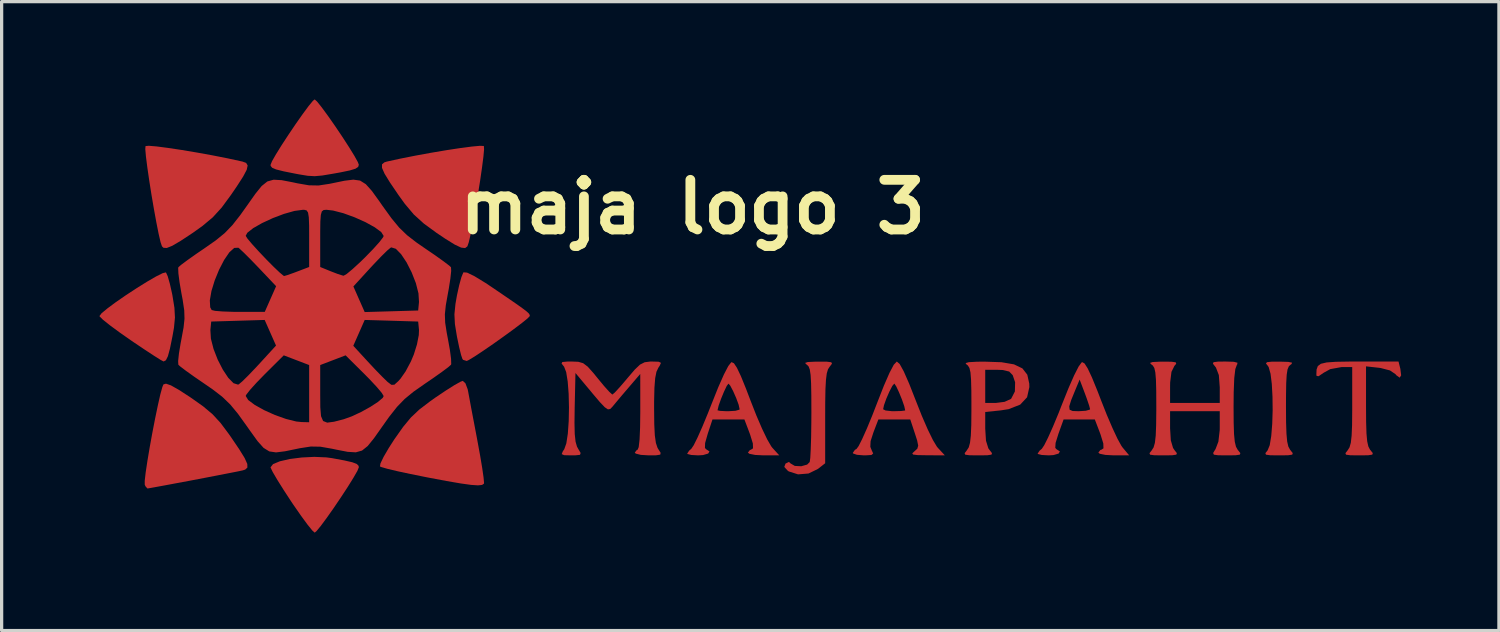
<source format=kicad_pcb>
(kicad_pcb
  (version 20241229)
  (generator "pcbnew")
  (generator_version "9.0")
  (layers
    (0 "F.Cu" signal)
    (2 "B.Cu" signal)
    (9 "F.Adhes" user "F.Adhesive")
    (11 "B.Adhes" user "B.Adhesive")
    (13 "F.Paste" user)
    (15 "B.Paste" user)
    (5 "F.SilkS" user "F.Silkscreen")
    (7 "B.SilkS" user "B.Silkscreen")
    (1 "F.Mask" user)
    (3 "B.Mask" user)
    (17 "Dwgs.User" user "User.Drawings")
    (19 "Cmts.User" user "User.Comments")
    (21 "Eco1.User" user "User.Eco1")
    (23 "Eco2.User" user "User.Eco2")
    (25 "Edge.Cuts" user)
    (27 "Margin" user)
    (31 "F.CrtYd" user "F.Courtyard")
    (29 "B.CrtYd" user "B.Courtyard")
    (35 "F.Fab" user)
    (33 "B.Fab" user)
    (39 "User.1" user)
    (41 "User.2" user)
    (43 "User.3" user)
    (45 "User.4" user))
  (footprint "maja logo 3"
    (layer "F.Cu")
    (at 19.983 6.604)
    (property "Reference" "maja logo 3" (at -1.778 -3.302 0) (layer "F.SilkS") (effects (font (size 1.524 1.524) (thickness 0.3))))
    (attr board_only exclude_from_pos_files exclude_from_bom)
    (fp_poly (pts (xy -13.019 4.38) (xy -12.848 4.403) (xy -12.466 4.474) (xy -12.222 4.53) (xy -12.086 4.582) (xy -12.03 4.639) (xy -12.023 4.684) (xy -12.068 4.795) (xy -12.189 5.006) (xy -12.364 5.288) (xy -12.574 5.608) (xy -12.795 5.935) (xy -13.008 6.237) (xy -13.191 6.484) (xy -13.323 6.644) (xy -13.377 6.689) (xy -13.452 6.622) (xy -13.6 6.439) (xy -13.8 6.166) (xy -14.034 5.829) (xy -14.096 5.737) (xy -14.33 5.379) (xy -14.525 5.068) (xy -14.664 4.831) (xy -14.729 4.697) (xy -14.732 4.684) (xy -14.654 4.585) (xy -14.443 4.499) (xy -14.137 4.429) (xy -13.773 4.383) (xy -13.388 4.364)) (stroke (width 0) (type solid)) (fill yes) (layer "F.Cu"))
    (fp_poly (pts (xy -17.94 -1.294) (xy -17.887 -1.178) (xy -17.82 -0.943) (xy -17.751 -0.635) (xy -17.742 -0.587) (xy -17.681 -0.211) (xy -17.665 0.09) (xy -17.695 0.404) (xy -17.74 0.658) (xy -17.817 1.037) (xy -17.881 1.275) (xy -17.942 1.399) (xy -18.008 1.435) (xy -18.018 1.435) (xy -18.106 1.388) (xy -18.305 1.263) (xy -18.59 1.076) (xy -18.931 0.847) (xy -19.029 0.78) (xy -19.377 0.536) (xy -19.668 0.321) (xy -19.877 0.154) (xy -19.976 0.055) (xy -19.981 0.042) (xy -19.915 -0.044) (xy -19.736 -0.192) (xy -19.477 -0.384) (xy -19.167 -0.598) (xy -18.837 -0.814) (xy -18.519 -1.012) (xy -18.243 -1.172) (xy -18.04 -1.273) (xy -17.942 -1.296)) (stroke (width 0) (type solid)) (fill yes) (layer "F.Cu"))
    (fp_poly (pts (xy -13.303 -6.537) (xy -13.16 -6.358) (xy -12.969 -6.098) (xy -12.753 -5.789) (xy -12.532 -5.461) (xy -12.328 -5.146) (xy -12.161 -4.875) (xy -12.053 -4.68) (xy -12.023 -4.599) (xy -12.043 -4.533) (xy -12.125 -4.478) (xy -12.298 -4.425) (xy -12.592 -4.364) (xy -12.821 -4.323) (xy -13.144 -4.269) (xy -13.375 -4.248) (xy -13.59 -4.26) (xy -13.865 -4.305) (xy -13.97 -4.325) (xy -14.334 -4.398) (xy -14.561 -4.455) (xy -14.682 -4.506) (xy -14.728 -4.563) (xy -14.732 -4.595) (xy -14.687 -4.707) (xy -14.566 -4.919) (xy -14.391 -5.201) (xy -14.181 -5.522) (xy -13.96 -5.849) (xy -13.747 -6.152) (xy -13.564 -6.4) (xy -13.432 -6.56) (xy -13.377 -6.604)) (stroke (width 0) (type solid)) (fill yes) (layer "F.Cu"))
    (fp_poly (pts (xy -18.227 -5.161) (xy -17.883 -5.116) (xy -17.463 -5.053) (xy -16.998 -4.975) (xy -16.517 -4.888) (xy -16.05 -4.796) (xy -15.628 -4.704) (xy -15.591 -4.696) (xy -15.479 -4.653) (xy -15.434 -4.576) (xy -15.463 -4.444) (xy -15.574 -4.234) (xy -15.774 -3.924) (xy -15.948 -3.67) (xy -16.233 -3.283) (xy -16.504 -2.986) (xy -16.822 -2.72) (xy -17.124 -2.505) (xy -17.492 -2.262) (xy -17.748 -2.112) (xy -17.916 -2.045) (xy -18.017 -2.051) (xy -18.063 -2.095) (xy -18.107 -2.225) (xy -18.166 -2.481) (xy -18.236 -2.832) (xy -18.311 -3.244) (xy -18.386 -3.684) (xy -18.455 -4.121) (xy -18.513 -4.52) (xy -18.555 -4.851) (xy -18.575 -5.079) (xy -18.568 -5.172) (xy -18.466 -5.181)) (stroke (width 0) (type solid)) (fill yes) (layer "F.Cu"))
    (fp_poly (pts (xy -8.703 -1.29) (xy -8.474 -1.179) (xy -8.135 -0.972) (xy -7.942 -0.843) (xy -7.514 -0.552) (xy -7.207 -0.341) (xy -7 -0.194) (xy -6.873 -0.097) (xy -6.807 -0.036) (xy -6.781 0.007) (xy -6.776 0.042) (xy -6.841 0.112) (xy -7.015 0.253) (xy -7.269 0.445) (xy -7.571 0.665) (xy -7.89 0.892) (xy -8.197 1.103) (xy -8.459 1.277) (xy -8.647 1.391) (xy -8.712 1.422) (xy -8.822 1.388) (xy -8.844 1.361) (xy -8.885 1.24) (xy -8.944 1.001) (xy -9.008 0.694) (xy -9.015 0.658) (xy -9.075 0.289) (xy -9.09 -0.011) (xy -9.058 -0.328) (xy -9.013 -0.587) (xy -8.944 -0.902) (xy -8.875 -1.152) (xy -8.818 -1.29) (xy -8.811 -1.298)) (stroke (width 0) (type solid)) (fill yes) (layer "F.Cu"))
    (fp_poly (pts (xy -8.19 -5.175) (xy -8.186 -5.172) (xy -8.18 -5.073) (xy -8.201 -4.841) (xy -8.244 -4.507) (xy -8.302 -4.106) (xy -8.372 -3.669) (xy -8.446 -3.229) (xy -8.521 -2.818) (xy -8.591 -2.471) (xy -8.65 -2.218) (xy -8.692 -2.095) (xy -8.762 -2.042) (xy -8.885 -2.057) (xy -9.082 -2.15) (xy -9.375 -2.332) (xy -9.637 -2.508) (xy -10.032 -2.797) (xy -10.336 -3.073) (xy -10.611 -3.399) (xy -10.808 -3.672) (xy -11.068 -4.055) (xy -11.233 -4.324) (xy -11.312 -4.502) (xy -11.312 -4.611) (xy -11.24 -4.672) (xy -11.164 -4.696) (xy -10.748 -4.787) (xy -10.284 -4.879) (xy -9.803 -4.967) (xy -9.335 -5.046) (xy -8.909 -5.111) (xy -8.556 -5.157) (xy -8.307 -5.18)) (stroke (width 0) (type solid)) (fill yes) (layer "F.Cu"))
    (fp_poly (pts (xy -17.787 2.171) (xy -17.54 2.311) (xy -17.187 2.54) (xy -16.802 2.812) (xy -16.512 3.056) (xy -16.265 3.324) (xy -16.008 3.668) (xy -15.955 3.744) (xy -15.694 4.129) (xy -15.526 4.401) (xy -15.445 4.582) (xy -15.442 4.692) (xy -15.51 4.755) (xy -15.591 4.78) (xy -15.736 4.811) (xy -16.002 4.863) (xy -16.356 4.932) (xy -16.765 5.011) (xy -17.195 5.093) (xy -17.614 5.171) (xy -17.987 5.241) (xy -18.283 5.295) (xy -18.466 5.328) (xy -18.51 5.334) (xy -18.569 5.268) (xy -18.592 5.218) (xy -18.592 5.095) (xy -18.563 4.841) (xy -18.51 4.489) (xy -18.44 4.073) (xy -18.359 3.627) (xy -18.273 3.185) (xy -18.189 2.781) (xy -18.114 2.449) (xy -18.052 2.223) (xy -18.018 2.141) (xy -17.94 2.118)) (stroke (width 0) (type solid)) (fill yes) (layer "F.Cu"))
    (fp_poly (pts (xy -8.752 2.107) (xy -8.683 2.291) (xy -8.671 2.349) (xy -8.634 2.547) (xy -8.574 2.871) (xy -8.496 3.281) (xy -8.409 3.738) (xy -8.38 3.895) (xy -8.3 4.331) (xy -8.237 4.708) (xy -8.196 4.995) (xy -8.181 5.16) (xy -8.184 5.186) (xy -8.242 5.225) (xy -8.367 5.238) (xy -8.578 5.224) (xy -8.895 5.18) (xy -9.336 5.104) (xy -9.922 4.994) (xy -9.991 4.98) (xy -10.444 4.889) (xy -10.839 4.804) (xy -11.145 4.731) (xy -11.332 4.677) (xy -11.375 4.658) (xy -11.359 4.564) (xy -11.263 4.364) (xy -11.102 4.088) (xy -10.934 3.827) (xy -10.664 3.444) (xy -10.426 3.157) (xy -10.167 2.912) (xy -9.834 2.658) (xy -9.679 2.548) (xy -9.364 2.336) (xy -9.095 2.166) (xy -8.904 2.059) (xy -8.833 2.032)) (stroke (width 0) (type solid)) (fill yes) (layer "F.Cu"))
    (fp_poly (pts (xy 16.496 1.45) (xy 16.612 1.474) (xy 16.595 1.517) (xy 16.573 1.531) (xy 16.514 1.583) (xy 16.473 1.679) (xy 16.447 1.844) (xy 16.432 2.107) (xy 16.426 2.495) (xy 16.425 2.813) (xy 16.428 3.305) (xy 16.44 3.656) (xy 16.462 3.895) (xy 16.498 4.049) (xy 16.552 4.147) (xy 16.565 4.163) (xy 16.633 4.25) (xy 16.617 4.296) (xy 16.489 4.315) (xy 16.221 4.318) (xy 16.214 4.318) (xy 15.942 4.315) (xy 15.811 4.297) (xy 15.793 4.251) (xy 15.86 4.166) (xy 15.862 4.163) (xy 15.926 4.007) (xy 15.973 3.724) (xy 16.003 3.354) (xy 16.016 2.938) (xy 16.011 2.516) (xy 15.99 2.127) (xy 15.951 1.812) (xy 15.894 1.61) (xy 15.869 1.572) (xy 15.81 1.498) (xy 15.842 1.459) (xy 15.992 1.443) (xy 16.229 1.442)) (stroke (width 0) (type solid)) (fill yes) (layer "F.Cu"))
    (fp_poly (pts (xy 2.341 1.444) (xy 2.474 1.461) (xy 2.495 1.505) (xy 2.432 1.588) (xy 2.426 1.594) (xy 2.373 1.676) (xy 2.335 1.803) (xy 2.31 2.002) (xy 2.294 2.297) (xy 2.287 2.715) (xy 2.286 3.154) (xy 2.286 4.56) (xy 2.063 4.735) (xy 1.775 4.875) (xy 1.454 4.901) (xy 1.17 4.811) (xy 1.138 4.789) (xy 1.031 4.673) (xy 1.07 4.57) (xy 1.175 4.519) (xy 1.223 4.565) (xy 1.354 4.642) (xy 1.551 4.652) (xy 1.733 4.601) (xy 1.811 4.523) (xy 1.829 4.396) (xy 1.843 4.131) (xy 1.855 3.761) (xy 1.861 3.317) (xy 1.863 3.003) (xy 1.861 2.483) (xy 1.854 2.106) (xy 1.839 1.849) (xy 1.814 1.685) (xy 1.777 1.589) (xy 1.724 1.536) (xy 1.714 1.531) (xy 1.669 1.482) (xy 1.753 1.454) (xy 1.984 1.443) (xy 2.066 1.442)) (stroke (width 0) (type solid)) (fill yes) (layer "F.Cu"))
    (fp_poly (pts (xy 19.934 1.661) (xy 19.959 1.863) (xy 19.914 1.934) (xy 19.811 1.86) (xy 19.785 1.827) (xy 19.616 1.712) (xy 19.33 1.638) (xy 19.278 1.631) (xy 18.881 1.587) (xy 18.881 2.797) (xy 18.884 3.293) (xy 18.895 3.647) (xy 18.917 3.888) (xy 18.952 4.044) (xy 19.004 4.144) (xy 19.021 4.163) (xy 19.089 4.25) (xy 19.073 4.296) (xy 18.945 4.315) (xy 18.677 4.318) (xy 18.669 4.318) (xy 18.397 4.315) (xy 18.267 4.297) (xy 18.249 4.251) (xy 18.315 4.166) (xy 18.317 4.163) (xy 18.374 4.074) (xy 18.414 3.934) (xy 18.439 3.716) (xy 18.453 3.391) (xy 18.457 2.932) (xy 18.457 2.808) (xy 18.457 1.609) (xy 18.13 1.609) (xy 17.783 1.672) (xy 17.58 1.784) (xy 17.427 1.889) (xy 17.364 1.881) (xy 17.357 1.833) (xy 17.364 1.684) (xy 17.402 1.578) (xy 17.496 1.508) (xy 17.671 1.467) (xy 17.951 1.447) (xy 18.361 1.44) (xy 18.669 1.439) (xy 19.878 1.439)) (stroke (width 0) (type solid)) (fill yes) (layer "F.Cu"))
    (fp_poly (pts (xy 7.695 1.46) (xy 8.08 1.526) (xy 8.338 1.65) (xy 8.488 1.843) (xy 8.548 2.116) (xy 8.551 2.223) (xy 8.481 2.536) (xy 8.27 2.761) (xy 7.915 2.9) (xy 7.673 2.938) (xy 7.197 2.987) (xy 7.197 3.498) (xy 7.22 3.868) (xy 7.293 4.103) (xy 7.337 4.163) (xy 7.405 4.25) (xy 7.389 4.296) (xy 7.261 4.315) (xy 6.993 4.318) (xy 6.985 4.318) (xy 6.713 4.315) (xy 6.583 4.297) (xy 6.565 4.251) (xy 6.631 4.166) (xy 6.633 4.163) (xy 6.691 4.073) (xy 6.73 3.933) (xy 6.755 3.715) (xy 6.769 3.39) (xy 6.773 2.929) (xy 6.773 2.813) (xy 6.773 2.709) (xy 7.197 2.709) (xy 7.529 2.709) (xy 7.791 2.675) (xy 7.982 2.588) (xy 7.995 2.576) (xy 8.107 2.357) (xy 8.114 2.075) (xy 8.04 1.857) (xy 7.932 1.746) (xy 7.732 1.699) (xy 7.575 1.693) (xy 7.197 1.693) (xy 7.197 2.709) (xy 6.773 2.709) (xy 6.771 2.333) (xy 6.762 1.995) (xy 6.744 1.772) (xy 6.712 1.636) (xy 6.664 1.56) (xy 6.625 1.531) (xy 6.594 1.487) (xy 6.693 1.459) (xy 6.936 1.445) (xy 7.163 1.442)) (stroke (width 0) (type solid)) (fill yes) (layer "F.Cu"))
    (fp_poly (pts (xy 10.243 1.497) (xy 10.341 1.65) (xy 10.472 1.929) (xy 10.643 2.348) (xy 10.753 2.634) (xy 10.928 3.076) (xy 11.101 3.479) (xy 11.255 3.808) (xy 11.376 4.027) (xy 11.411 4.076) (xy 11.614 4.318) (xy 11.141 4.318) (xy 10.884 4.304) (xy 10.712 4.269) (xy 10.668 4.233) (xy 10.732 4.151) (xy 10.753 4.149) (xy 10.825 4.103) (xy 10.82 3.953) (xy 10.736 3.68) (xy 10.699 3.58) (xy 10.56 3.217) (xy 9.601 3.217) (xy 9.443 3.657) (xy 9.356 3.936) (xy 9.346 4.088) (xy 9.384 4.13) (xy 9.488 4.197) (xy 9.449 4.263) (xy 9.291 4.309) (xy 9.144 4.318) (xy 8.932 4.306) (xy 8.814 4.276) (xy 8.805 4.264) (xy 8.865 4.175) (xy 8.934 4.116) (xy 9.007 4.007) (xy 9.126 3.77) (xy 9.277 3.432) (xy 9.447 3.023) (xy 9.528 2.815) (xy 9.774 2.815) (xy 9.787 2.918) (xy 9.879 2.957) (xy 10.056 2.963) (xy 10.07 2.963) (xy 10.284 2.949) (xy 10.404 2.915) (xy 10.414 2.9) (xy 10.386 2.791) (xy 10.314 2.579) (xy 10.254 2.415) (xy 10.094 1.993) (xy 9.968 2.295) (xy 9.836 2.618) (xy 9.774 2.815) (xy 9.528 2.815) (xy 9.553 2.752) (xy 9.753 2.254) (xy 9.925 1.863) (xy 10.062 1.594) (xy 10.155 1.466) (xy 10.171 1.457)) (stroke (width 0) (type solid)) (fill yes) (layer "F.Cu"))
    (fp_poly (pts (xy 4.572 1.515) (xy 4.697 1.741) (xy 4.865 2.124) (xy 5.07 2.646) (xy 5.253 3.108) (xy 5.431 3.518) (xy 5.59 3.844) (xy 5.714 4.051) (xy 5.742 4.085) (xy 5.958 4.318) (xy 5.413 4.315) (xy 5.126 4.31) (xy 4.983 4.293) (xy 4.959 4.256) (xy 5.025 4.194) (xy 5.113 4.114) (xy 5.14 4.02) (xy 5.108 3.86) (xy 5.039 3.646) (xy 4.897 3.217) (xy 3.918 3.217) (xy 3.767 3.612) (xy 3.68 3.881) (xy 3.671 4.056) (xy 3.714 4.162) (xy 3.759 4.261) (xy 3.707 4.306) (xy 3.524 4.318) (xy 3.472 4.318) (xy 3.26 4.301) (xy 3.141 4.259) (xy 3.133 4.242) (xy 3.199 4.148) (xy 3.246 4.123) (xy 3.312 4.033) (xy 3.424 3.811) (xy 3.57 3.484) (xy 3.736 3.081) (xy 3.805 2.903) (xy 4.064 2.903) (xy 4.139 2.941) (xy 4.327 2.962) (xy 4.403 2.963) (xy 4.615 2.957) (xy 4.733 2.942) (xy 4.741 2.936) (xy 4.712 2.807) (xy 4.641 2.603) (xy 4.551 2.382) (xy 4.466 2.201) (xy 4.409 2.117) (xy 4.406 2.117) (xy 4.346 2.187) (xy 4.257 2.36) (xy 4.163 2.576) (xy 4.091 2.778) (xy 4.064 2.903) (xy 3.805 2.903) (xy 3.86 2.761) (xy 4.082 2.194) (xy 4.259 1.787) (xy 4.391 1.537) (xy 4.48 1.442) (xy 4.487 1.441)) (stroke (width 0) (type solid)) (fill yes) (layer "F.Cu"))
    (fp_poly (pts (xy -0.514 1.492) (xy -0.422 1.63) (xy -0.3 1.887) (xy -0.141 2.278) (xy -0.002 2.643) (xy 0.175 3.094) (xy 0.35 3.5) (xy 0.507 3.827) (xy 0.631 4.041) (xy 0.665 4.085) (xy 0.878 4.318) (xy 0.397 4.318) (xy 0.137 4.305) (xy -0.038 4.27) (xy -0.085 4.233) (xy -0.02 4.151) (xy 0 4.149) (xy 0.072 4.103) (xy 0.067 3.953) (xy -0.017 3.68) (xy -0.054 3.58) (xy -0.192 3.217) (xy -1.172 3.217) (xy -1.318 3.658) (xy -1.398 3.94) (xy -1.403 4.091) (xy -1.367 4.13) (xy -1.264 4.197) (xy -1.304 4.263) (xy -1.463 4.309) (xy -1.609 4.318) (xy -1.821 4.306) (xy -1.939 4.276) (xy -1.947 4.264) (xy -1.888 4.174) (xy -1.821 4.116) (xy -1.748 4.007) (xy -1.63 3.77) (xy -1.48 3.432) (xy -1.311 3.023) (xy -1.277 2.936) (xy -1.016 2.936) (xy -0.941 2.953) (xy -0.753 2.963) (xy -0.677 2.963) (xy -0.465 2.95) (xy -0.347 2.916) (xy -0.339 2.903) (xy -0.369 2.765) (xy -0.444 2.56) (xy -0.539 2.345) (xy -0.627 2.178) (xy -0.681 2.117) (xy -0.734 2.187) (xy -0.817 2.361) (xy -0.908 2.581) (xy -0.982 2.789) (xy -1.016 2.928) (xy -1.016 2.936) (xy -1.277 2.936) (xy -1.204 2.752) (xy -0.997 2.234) (xy -0.822 1.838) (xy -0.686 1.576) (xy -0.595 1.462) (xy -0.585 1.458)) (stroke (width 0) (type solid)) (fill yes) (layer "F.Cu"))
    (fp_poly (pts (xy 14.825 1.447) (xy 14.937 1.476) (xy 14.927 1.532) (xy 14.918 1.541) (xy 14.871 1.669) (xy 14.838 1.947) (xy 14.821 2.382) (xy 14.817 2.825) (xy 14.82 3.315) (xy 14.831 3.664) (xy 14.854 3.9) (xy 14.891 4.053) (xy 14.945 4.15) (xy 14.957 4.163) (xy 15.025 4.25) (xy 15.009 4.296) (xy 14.879 4.315) (xy 14.613 4.318) (xy 14.343 4.315) (xy 14.212 4.297) (xy 14.19 4.246) (xy 14.249 4.147) (xy 14.262 4.13) (xy 14.351 3.897) (xy 14.392 3.545) (xy 14.393 3.452) (xy 14.393 2.963) (xy 12.869 2.963) (xy 12.869 3.486) (xy 12.891 3.856) (xy 12.96 4.091) (xy 13.009 4.163) (xy 13.077 4.25) (xy 13.061 4.296) (xy 12.933 4.315) (xy 12.665 4.318) (xy 12.658 4.318) (xy 12.386 4.315) (xy 12.255 4.297) (xy 12.237 4.251) (xy 12.304 4.166) (xy 12.306 4.163) (xy 12.363 4.073) (xy 12.403 3.933) (xy 12.428 3.715) (xy 12.441 3.39) (xy 12.446 2.929) (xy 12.446 2.813) (xy 12.444 2.333) (xy 12.435 1.995) (xy 12.416 1.772) (xy 12.385 1.636) (xy 12.337 1.56) (xy 12.298 1.531) (xy 12.252 1.482) (xy 12.335 1.454) (xy 12.566 1.443) (xy 12.643 1.442) (xy 12.913 1.445) (xy 13.042 1.463) (xy 13.057 1.508) (xy 13.002 1.572) (xy 12.911 1.756) (xy 12.871 2.081) (xy 12.869 2.207) (xy 12.869 2.709) (xy 14.393 2.709) (xy 14.393 2.229) (xy 14.365 1.855) (xy 14.276 1.623) (xy 14.253 1.594) (xy 14.183 1.505) (xy 14.202 1.459) (xy 14.336 1.442) (xy 14.566 1.439)) (stroke (width 0) (type solid)) (fill yes) (layer "F.Cu"))
    (fp_poly (pts (xy -2.821 1.445) (xy -2.752 1.48) (xy -2.794 1.572) (xy -2.832 1.628) (xy -2.891 1.753) (xy -2.93 1.949) (xy -2.953 2.244) (xy -2.963 2.668) (xy -2.963 2.879) (xy -2.958 3.362) (xy -2.941 3.705) (xy -2.908 3.937) (xy -2.858 4.087) (xy -2.832 4.13) (xy -2.762 4.241) (xy -2.775 4.296) (xy -2.901 4.316) (xy -3.128 4.318) (xy -3.371 4.303) (xy -3.526 4.264) (xy -3.556 4.233) (xy -3.492 4.151) (xy -3.471 4.149) (xy -3.436 4.067) (xy -3.409 3.832) (xy -3.393 3.46) (xy -3.387 2.985) (xy -3.388 1.82) (xy -3.747 2.239) (xy -3.958 2.486) (xy -4.141 2.704) (xy -4.24 2.824) (xy -4.309 2.895) (xy -4.379 2.907) (xy -4.475 2.843) (xy -4.626 2.685) (xy -4.855 2.415) (xy -4.875 2.39) (xy -5.376 1.791) (xy -5.4 2.854) (xy -5.406 3.329) (xy -5.398 3.666) (xy -5.373 3.896) (xy -5.329 4.05) (xy -5.292 4.117) (xy -5.217 4.245) (xy -5.237 4.302) (xy -5.382 4.317) (xy -5.506 4.318) (xy -5.722 4.313) (xy -5.798 4.28) (xy -5.764 4.194) (xy -5.72 4.13) (xy -5.656 3.95) (xy -5.61 3.649) (xy -5.583 3.267) (xy -5.575 2.847) (xy -5.585 2.428) (xy -5.614 2.053) (xy -5.661 1.762) (xy -5.725 1.597) (xy -5.728 1.594) (xy -5.802 1.5) (xy -5.779 1.454) (xy -5.629 1.44) (xy -5.487 1.439) (xy -5.288 1.447) (xy -5.14 1.49) (xy -5 1.596) (xy -4.824 1.793) (xy -4.699 1.947) (xy -4.5 2.188) (xy -4.34 2.366) (xy -4.249 2.449) (xy -4.241 2.451) (xy -4.167 2.388) (xy -4.017 2.225) (xy -3.82 1.996) (xy -3.776 1.943) (xy -3.555 1.685) (xy -3.395 1.533) (xy -3.252 1.461) (xy -3.087 1.44) (xy -3.031 1.439)) (stroke (width 0) (type solid)) (fill yes) (layer "F.Cu"))
    (fp_poly (pts (xy -11.984 -4.113) (xy -11.809 -4.003) (xy -11.624 -3.797) (xy -11.392 -3.476) (xy -11.298 -3.34) (xy -11.021 -2.957) (xy -10.786 -2.672) (xy -10.545 -2.439) (xy -10.253 -2.213) (xy -9.988 -2.03) (xy -9.676 -1.817) (xy -9.419 -1.633) (xy -9.248 -1.503) (xy -9.195 -1.454) (xy -9.189 -1.342) (xy -9.214 -1.107) (xy -9.263 -0.793) (xy -9.288 -0.659) (xy -9.354 -0.288) (xy -9.383 -0.01) (xy -9.374 0.245) (xy -9.327 0.55) (xy -9.287 0.76) (xy -9.228 1.089) (xy -9.193 1.355) (xy -9.188 1.514) (xy -9.194 1.536) (xy -9.28 1.613) (xy -9.476 1.759) (xy -9.75 1.953) (xy -9.988 2.115) (xy -10.345 2.365) (xy -10.617 2.588) (xy -10.852 2.831) (xy -11.095 3.139) (xy -11.298 3.425) (xy -11.554 3.788) (xy -11.75 4.031) (xy -11.925 4.171) (xy -12.116 4.225) (xy -12.364 4.21) (xy -12.707 4.144) (xy -12.848 4.114) (xy -13.203 4.052) (xy -13.498 4.047) (xy -13.834 4.099) (xy -13.906 4.114) (xy -14.289 4.193) (xy -14.564 4.227) (xy -14.77 4.197) (xy -14.946 4.088) (xy -15.131 3.881) (xy -15.362 3.56) (xy -15.457 3.425) (xy -15.733 3.041) (xy -15.969 2.756) (xy -16.21 2.524) (xy -16.246 2.495) (xy -15.494 2.495) (xy -15.418 2.619) (xy -15.218 2.769) (xy -14.932 2.929) (xy -14.599 3.079) (xy -14.256 3.201) (xy -13.943 3.279) (xy -13.78 3.296) (xy -13.547 3.302) (xy -13.547 2.425) (xy -13.208 2.425) (xy -13.205 2.843) (xy -13.183 3.115) (xy -13.119 3.264) (xy -12.993 3.314) (xy -12.784 3.286) (xy -12.488 3.21) (xy -12.239 3.121) (xy -11.953 2.987) (xy -11.671 2.831) (xy -11.436 2.678) (xy -11.289 2.553) (xy -11.261 2.499) (xy -11.317 2.404) (xy -11.47 2.222) (xy -11.692 1.984) (xy -11.845 1.829) (xy -12.429 1.249) (xy -12.818 1.398) (xy -13.208 1.547) (xy -13.208 2.425) (xy -13.547 2.425) (xy -13.547 1.547) (xy -13.936 1.398) (xy -14.326 1.249) (xy -14.91 1.829) (xy -15.16 2.086) (xy -15.357 2.304) (xy -15.473 2.452) (xy -15.494 2.495) (xy -16.246 2.495) (xy -16.502 2.298) (xy -16.767 2.115) (xy -17.079 1.901) (xy -17.336 1.717) (xy -17.508 1.586) (xy -17.561 1.536) (xy -17.567 1.423) (xy -17.542 1.188) (xy -17.49 0.875) (xy -17.468 0.76) (xy -17.415 0.472) (xy -16.578 0.472) (xy -16.562 0.738) (xy -16.481 1.052) (xy -16.354 1.379) (xy -16.197 1.686) (xy -16.029 1.939) (xy -15.867 2.104) (xy -15.73 2.147) (xy -15.706 2.138) (xy -15.601 2.05) (xy -15.416 1.868) (xy -15.184 1.625) (xy -15.079 1.512) (xy -14.57 0.956) (xy -12.193 0.956) (xy -11.757 1.43) (xy -11.519 1.685) (xy -11.302 1.908) (xy -11.152 2.054) (xy -11.145 2.061) (xy -11.025 2.153) (xy -10.934 2.151) (xy -10.812 2.041) (xy -10.743 1.964) (xy -10.588 1.742) (xy -10.426 1.438) (xy -10.335 1.222) (xy -10.239 0.913) (xy -10.183 0.626) (xy -10.177 0.472) (xy -10.202 0.212) (xy -11.023 0.187) (xy -11.843 0.163) (xy -12.018 0.56) (xy -12.193 0.956) (xy -14.57 0.956) (xy -14.564 0.949) (xy -14.738 0.556) (xy -14.912 0.163) (xy -16.552 0.212) (xy -16.578 0.472) (xy -17.415 0.472) (xy -17.401 0.399) (xy -17.372 0.126) (xy -17.38 -0.131) (xy -17.426 -0.438) (xy -16.595 -0.438) (xy -16.583 -0.223) (xy -16.538 -0.141) (xy -16.434 -0.116) (xy -16.201 -0.097) (xy -15.881 -0.086) (xy -15.696 -0.085) (xy -14.909 -0.085) (xy -14.735 -0.479) (xy -14.564 -0.865) (xy -12.19 -0.865) (xy -12.017 -0.472) (xy -11.843 -0.079) (xy -11.023 -0.103) (xy -10.202 -0.127) (xy -10.177 -0.388) (xy -10.193 -0.653) (xy -10.273 -0.967) (xy -10.401 -1.294) (xy -10.557 -1.602) (xy -10.726 -1.855) (xy -10.887 -2.02) (xy -11.025 -2.063) (xy -11.049 -2.053) (xy -11.154 -1.965) (xy -11.339 -1.783) (xy -11.571 -1.54) (xy -11.676 -1.427) (xy -12.19 -0.865) (xy -14.564 -0.865) (xy -14.561 -0.873) (xy -15.09 -1.431) (xy -15.336 -1.686) (xy -15.546 -1.896) (xy -15.687 -2.028) (xy -15.719 -2.053) (xy -15.846 -2.047) (xy -15.997 -1.911) (xy -16.157 -1.676) (xy -16.311 -1.378) (xy -16.445 -1.05) (xy -16.545 -0.725) (xy -16.595 -0.438) (xy -17.426 -0.438) (xy -17.426 -0.443) (xy -17.467 -0.659) (xy -17.524 -0.993) (xy -17.559 -1.263) (xy -17.566 -1.428) (xy -17.56 -1.454) (xy -17.474 -1.529) (xy -17.278 -1.675) (xy -17.005 -1.868) (xy -16.767 -2.03) (xy -16.41 -2.28) (xy -16.241 -2.418) (xy -15.494 -2.418) (xy -15.439 -2.331) (xy -15.294 -2.159) (xy -15.091 -1.936) (xy -14.862 -1.695) (xy -14.638 -1.469) (xy -14.451 -1.291) (xy -14.334 -1.194) (xy -14.314 -1.185) (xy -14.216 -1.213) (xy -14.018 -1.283) (xy -13.909 -1.324) (xy -13.547 -1.462) (xy -13.208 -1.462) (xy -12.89 -1.332) (xy -12.669 -1.247) (xy -12.513 -1.198) (xy -12.49 -1.194) (xy -12.398 -1.246) (xy -12.219 -1.394) (xy -11.982 -1.611) (xy -11.834 -1.755) (xy -11.586 -2.01) (xy -11.392 -2.226) (xy -11.279 -2.373) (xy -11.261 -2.414) (xy -11.336 -2.534) (xy -11.536 -2.681) (xy -11.822 -2.839) (xy -12.156 -2.988) (xy -12.5 -3.113) (xy -12.814 -3.194) (xy -13.018 -3.217) (xy -13.103 -3.21) (xy -13.158 -3.167) (xy -13.189 -3.059) (xy -13.204 -2.855) (xy -13.208 -2.525) (xy -13.208 -2.34) (xy -13.208 -1.462) (xy -13.547 -1.462) (xy -13.547 -1.462) (xy -13.547 -2.34) (xy -13.548 -2.733) (xy -13.558 -2.986) (xy -13.581 -3.131) (xy -13.625 -3.198) (xy -13.697 -3.216) (xy -13.737 -3.217) (xy -13.998 -3.182) (xy -14.32 -3.091) (xy -14.664 -2.961) (xy -14.992 -2.809) (xy -15.264 -2.654) (xy -15.444 -2.512) (xy -15.494 -2.418) (xy -16.241 -2.418) (xy -16.137 -2.503) (xy -15.903 -2.746) (xy -15.66 -3.055) (xy -15.457 -3.34) (xy -15.2 -3.704) (xy -15.005 -3.946) (xy -14.83 -4.086) (xy -14.638 -4.14) (xy -14.391 -4.126) (xy -14.048 -4.06) (xy -13.906 -4.029) (xy -13.552 -3.968) (xy -13.257 -3.963) (xy -12.921 -4.014) (xy -12.848 -4.029) (xy -12.466 -4.108) (xy -12.191 -4.142)) (stroke (width 0) (type solid)) (fill yes) (layer "F.Cu"))
    (fp_poly (pts (xy -13.02 4.385) (xy -12.85 4.408) (xy -12.467 4.478) (xy -12.223 4.534) (xy -12.088 4.586) (xy -12.032 4.643) (xy -12.024 4.688) (xy -12.069 4.799) (xy -12.19 5.01) (xy -12.366 5.292) (xy -12.575 5.612) (xy -12.797 5.939) (xy -13.01 6.241) (xy -13.193 6.488) (xy -13.324 6.649) (xy -13.379 6.693) (xy -13.454 6.626) (xy -13.601 6.443) (xy -13.801 6.171) (xy -14.035 5.834) (xy -14.097 5.741) (xy -14.332 5.383) (xy -14.527 5.072) (xy -14.666 4.835) (xy -14.731 4.702) (xy -14.734 4.688) (xy -14.655 4.59) (xy -14.444 4.503) (xy -14.139 4.433) (xy -13.775 4.387) (xy -13.39 4.369)) (stroke (width 0) (type solid)) (fill yes) (layer "F.Mask"))
    (fp_poly (pts (xy -17.941 -1.29) (xy -17.889 -1.174) (xy -17.822 -0.938) (xy -17.753 -0.631) (xy -17.744 -0.583) (xy -17.682 -0.207) (xy -17.666 0.095) (xy -17.697 0.408) (xy -17.741 0.663) (xy -17.819 1.041) (xy -17.883 1.279) (xy -17.943 1.403) (xy -18.01 1.439) (xy -18.019 1.439) (xy -18.107 1.392) (xy -18.307 1.267) (xy -18.591 1.08) (xy -18.933 0.851) (xy -19.03 0.784) (xy -19.379 0.54) (xy -19.67 0.325) (xy -19.878 0.158) (xy -19.978 0.059) (xy -19.983 0.046) (xy -19.917 -0.04) (xy -19.738 -0.188) (xy -19.478 -0.38) (xy -19.168 -0.594) (xy -18.839 -0.81) (xy -18.52 -1.008) (xy -18.245 -1.168) (xy -18.042 -1.269) (xy -17.943 -1.292)) (stroke (width 0) (type solid)) (fill yes) (layer "F.Mask"))
    (fp_poly (pts (xy -13.304 -6.533) (xy -13.161 -6.354) (xy -12.971 -6.094) (xy -12.755 -5.784) (xy -12.534 -5.456) (xy -12.329 -5.141) (xy -12.162 -4.871) (xy -12.054 -4.676) (xy -12.024 -4.595) (xy -12.045 -4.528) (xy -12.127 -4.474) (xy -12.3 -4.421) (xy -12.594 -4.36) (xy -12.823 -4.319) (xy -13.145 -4.265) (xy -13.377 -4.244) (xy -13.592 -4.256) (xy -13.866 -4.301) (xy -13.972 -4.321) (xy -14.335 -4.394) (xy -14.563 -4.451) (xy -14.684 -4.502) (xy -14.73 -4.559) (xy -14.734 -4.591) (xy -14.689 -4.703) (xy -14.568 -4.915) (xy -14.392 -5.197) (xy -14.183 -5.518) (xy -13.961 -5.845) (xy -13.749 -6.148) (xy -13.566 -6.395) (xy -13.434 -6.556) (xy -13.379 -6.6)) (stroke (width 0) (type solid)) (fill yes) (layer "F.Mask"))
    (fp_poly (pts (xy -18.229 -5.156) (xy -17.885 -5.112) (xy -17.465 -5.049) (xy -16.999 -4.971) (xy -16.518 -4.884) (xy -16.052 -4.792) (xy -15.63 -4.7) (xy -15.592 -4.692) (xy -15.481 -4.649) (xy -15.436 -4.572) (xy -15.465 -4.439) (xy -15.575 -4.229) (xy -15.775 -3.92) (xy -15.949 -3.665) (xy -16.235 -3.278) (xy -16.506 -2.982) (xy -16.823 -2.715) (xy -17.126 -2.501) (xy -17.494 -2.258) (xy -17.75 -2.108) (xy -17.917 -2.041) (xy -18.019 -2.046) (xy -18.064 -2.091) (xy -18.108 -2.221) (xy -18.168 -2.477) (xy -18.237 -2.828) (xy -18.312 -3.239) (xy -18.387 -3.68) (xy -18.456 -4.116) (xy -18.514 -4.516) (xy -18.556 -4.847) (xy -18.576 -5.075) (xy -18.57 -5.168) (xy -18.467 -5.177)) (stroke (width 0) (type solid)) (fill yes) (layer "F.Mask"))
    (fp_poly (pts (xy -8.704 -1.286) (xy -8.475 -1.175) (xy -8.136 -0.968) (xy -7.944 -0.839) (xy -7.516 -0.548) (xy -7.208 -0.336) (xy -7.001 -0.19) (xy -6.874 -0.093) (xy -6.808 -0.031) (xy -6.782 0.011) (xy -6.778 0.047) (xy -6.842 0.116) (xy -7.016 0.258) (xy -7.27 0.449) (xy -7.572 0.67) (xy -7.892 0.896) (xy -8.198 1.107) (xy -8.461 1.281) (xy -8.649 1.395) (xy -8.714 1.427) (xy -8.823 1.392) (xy -8.845 1.365) (xy -8.886 1.244) (xy -8.945 1.005) (xy -9.01 0.698) (xy -9.017 0.663) (xy -9.077 0.293) (xy -9.091 -0.006) (xy -9.06 -0.324) (xy -9.014 -0.583) (xy -8.946 -0.897) (xy -8.876 -1.148) (xy -8.819 -1.286) (xy -8.813 -1.294)) (stroke (width 0) (type solid)) (fill yes) (layer "F.Mask"))
    (fp_poly (pts (xy -8.191 -5.17) (xy -8.188 -5.168) (xy -8.182 -5.069) (xy -8.203 -4.837) (xy -8.245 -4.503) (xy -8.304 -4.102) (xy -8.373 -3.664) (xy -8.448 -3.224) (xy -8.523 -2.814) (xy -8.592 -2.467) (xy -8.651 -2.214) (xy -8.693 -2.091) (xy -8.764 -2.038) (xy -8.886 -2.053) (xy -9.083 -2.146) (xy -9.376 -2.327) (xy -9.638 -2.503) (xy -10.034 -2.792) (xy -10.338 -3.069) (xy -10.613 -3.394) (xy -10.81 -3.668) (xy -11.069 -4.05) (xy -11.235 -4.32) (xy -11.313 -4.498) (xy -11.313 -4.607) (xy -11.242 -4.668) (xy -11.165 -4.692) (xy -10.749 -4.783) (xy -10.286 -4.875) (xy -9.805 -4.963) (xy -9.336 -5.042) (xy -8.911 -5.107) (xy -8.558 -5.153) (xy -8.308 -5.176)) (stroke (width 0) (type solid)) (fill yes) (layer "F.Mask"))
    (fp_poly (pts (xy -17.788 2.176) (xy -17.541 2.315) (xy -17.189 2.544) (xy -16.803 2.816) (xy -16.514 3.06) (xy -16.267 3.328) (xy -16.009 3.672) (xy -15.957 3.748) (xy -15.695 4.133) (xy -15.528 4.406) (xy -15.446 4.586) (xy -15.443 4.696) (xy -15.511 4.759) (xy -15.592 4.785) (xy -15.737 4.815) (xy -16.003 4.868) (xy -16.357 4.936) (xy -16.766 5.015) (xy -17.197 5.097) (xy -17.615 5.176) (xy -17.989 5.245) (xy -18.284 5.3) (xy -18.468 5.332) (xy -18.511 5.338) (xy -18.57 5.272) (xy -18.593 5.222) (xy -18.594 5.099) (xy -18.565 4.845) (xy -18.512 4.493) (xy -18.442 4.077) (xy -18.361 3.631) (xy -18.275 3.189) (xy -18.191 2.785) (xy -18.115 2.453) (xy -18.054 2.227) (xy -18.019 2.145) (xy -17.941 2.122)) (stroke (width 0) (type solid)) (fill yes) (layer "F.Mask"))
    (fp_poly (pts (xy -8.754 2.111) (xy -8.685 2.296) (xy -8.672 2.354) (xy -8.636 2.551) (xy -8.575 2.875) (xy -8.498 3.285) (xy -8.411 3.743) (xy -8.381 3.899) (xy -8.301 4.335) (xy -8.238 4.712) (xy -8.197 4.999) (xy -8.182 5.164) (xy -8.186 5.19) (xy -8.244 5.229) (xy -8.369 5.242) (xy -8.58 5.228) (xy -8.896 5.184) (xy -9.338 5.108) (xy -9.923 4.998) (xy -9.992 4.984) (xy -10.445 4.893) (xy -10.84 4.808) (xy -11.146 4.735) (xy -11.334 4.681) (xy -11.376 4.662) (xy -11.361 4.569) (xy -11.265 4.368) (xy -11.104 4.092) (xy -10.935 3.831) (xy -10.666 3.448) (xy -10.428 3.161) (xy -10.168 2.916) (xy -9.836 2.662) (xy -9.68 2.553) (xy -9.366 2.34) (xy -9.096 2.17) (xy -8.906 2.063) (xy -8.834 2.036)) (stroke (width 0) (type solid)) (fill yes) (layer "F.Mask"))
    (fp_poly (pts (xy 16.495 1.454) (xy 16.611 1.478) (xy 16.593 1.521) (xy 16.572 1.535) (xy 16.513 1.588) (xy 16.471 1.683) (xy 16.445 1.849) (xy 16.431 2.112) (xy 16.425 2.499) (xy 16.424 2.817) (xy 16.427 3.309) (xy 16.438 3.661) (xy 16.461 3.899) (xy 16.497 4.053) (xy 16.55 4.151) (xy 16.564 4.167) (xy 16.632 4.254) (xy 16.616 4.3) (xy 16.488 4.319) (xy 16.22 4.322) (xy 16.212 4.322) (xy 15.941 4.319) (xy 15.81 4.301) (xy 15.792 4.255) (xy 15.858 4.17) (xy 15.86 4.167) (xy 15.924 4.011) (xy 15.971 3.728) (xy 16.001 3.359) (xy 16.014 2.943) (xy 16.01 2.52) (xy 15.988 2.131) (xy 15.949 1.816) (xy 15.893 1.614) (xy 15.867 1.577) (xy 15.809 1.503) (xy 15.841 1.463) (xy 15.991 1.448) (xy 16.227 1.446)) (stroke (width 0) (type solid)) (fill yes) (layer "F.Mask"))
    (fp_poly (pts (xy 2.339 1.448) (xy 2.473 1.465) (xy 2.494 1.509) (xy 2.43 1.592) (xy 2.425 1.598) (xy 2.372 1.68) (xy 2.333 1.807) (xy 2.308 2.006) (xy 2.293 2.301) (xy 2.286 2.719) (xy 2.284 3.159) (xy 2.284 4.564) (xy 2.061 4.739) (xy 1.774 4.879) (xy 1.453 4.906) (xy 1.169 4.815) (xy 1.136 4.794) (xy 1.029 4.677) (xy 1.068 4.575) (xy 1.173 4.524) (xy 1.222 4.569) (xy 1.352 4.646) (xy 1.55 4.657) (xy 1.732 4.605) (xy 1.81 4.527) (xy 1.827 4.4) (xy 1.842 4.136) (xy 1.853 3.765) (xy 1.86 3.321) (xy 1.861 3.007) (xy 1.859 2.487) (xy 1.852 2.111) (xy 1.838 1.853) (xy 1.813 1.689) (xy 1.775 1.593) (xy 1.722 1.541) (xy 1.713 1.535) (xy 1.668 1.486) (xy 1.752 1.458) (xy 1.983 1.447) (xy 2.065 1.446)) (stroke (width 0) (type solid)) (fill yes) (layer "F.Mask"))
    (fp_poly (pts (xy 19.932 1.665) (xy 19.958 1.867) (xy 19.912 1.939) (xy 19.809 1.865) (xy 19.783 1.831) (xy 19.614 1.717) (xy 19.328 1.642) (xy 19.276 1.636) (xy 18.879 1.591) (xy 18.879 2.802) (xy 18.882 3.297) (xy 18.893 3.651) (xy 18.915 3.893) (xy 18.951 4.049) (xy 19.003 4.148) (xy 19.019 4.167) (xy 19.087 4.254) (xy 19.071 4.3) (xy 18.943 4.319) (xy 18.675 4.322) (xy 18.667 4.322) (xy 18.396 4.319) (xy 18.265 4.301) (xy 18.247 4.255) (xy 18.314 4.17) (xy 18.316 4.167) (xy 18.373 4.078) (xy 18.413 3.938) (xy 18.438 3.72) (xy 18.451 3.395) (xy 18.456 2.936) (xy 18.456 2.813) (xy 18.456 1.613) (xy 18.129 1.613) (xy 17.781 1.676) (xy 17.578 1.788) (xy 17.425 1.893) (xy 17.362 1.886) (xy 17.355 1.838) (xy 17.362 1.688) (xy 17.401 1.582) (xy 17.495 1.512) (xy 17.669 1.471) (xy 17.949 1.451) (xy 18.359 1.444) (xy 18.667 1.444) (xy 19.877 1.444)) (stroke (width 0) (type solid)) (fill yes) (layer "F.Mask"))
    (fp_poly (pts (xy 7.693 1.464) (xy 8.078 1.53) (xy 8.336 1.654) (xy 8.486 1.847) (xy 8.546 2.12) (xy 8.55 2.228) (xy 8.48 2.541) (xy 8.268 2.765) (xy 7.913 2.904) (xy 7.671 2.942) (xy 7.195 2.991) (xy 7.195 3.502) (xy 7.218 3.872) (xy 7.292 4.107) (xy 7.335 4.167) (xy 7.403 4.254) (xy 7.387 4.3) (xy 7.259 4.319) (xy 6.991 4.322) (xy 6.983 4.322) (xy 6.712 4.319) (xy 6.581 4.301) (xy 6.563 4.255) (xy 6.63 4.17) (xy 6.632 4.167) (xy 6.689 4.078) (xy 6.729 3.938) (xy 6.754 3.719) (xy 6.767 3.394) (xy 6.772 2.933) (xy 6.772 2.817) (xy 6.771 2.714) (xy 7.195 2.714) (xy 7.528 2.714) (xy 7.79 2.679) (xy 7.98 2.592) (xy 7.993 2.58) (xy 8.106 2.361) (xy 8.112 2.079) (xy 8.039 1.861) (xy 7.93 1.751) (xy 7.73 1.703) (xy 7.573 1.698) (xy 7.195 1.698) (xy 7.195 2.714) (xy 6.771 2.714) (xy 6.77 2.337) (xy 6.761 2) (xy 6.742 1.776) (xy 6.711 1.64) (xy 6.663 1.564) (xy 6.624 1.535) (xy 6.593 1.491) (xy 6.691 1.463) (xy 6.935 1.449) (xy 7.161 1.446)) (stroke (width 0) (type solid)) (fill yes) (layer "F.Mask"))
    (fp_poly (pts (xy 10.242 1.501) (xy 10.34 1.654) (xy 10.471 1.933) (xy 10.642 2.352) (xy 10.752 2.638) (xy 10.926 3.08) (xy 11.099 3.483) (xy 11.254 3.812) (xy 11.374 4.031) (xy 11.41 4.081) (xy 11.613 4.322) (xy 11.14 4.322) (xy 10.882 4.308) (xy 10.71 4.273) (xy 10.666 4.238) (xy 10.731 4.155) (xy 10.751 4.153) (xy 10.823 4.107) (xy 10.818 3.957) (xy 10.734 3.684) (xy 10.697 3.584) (xy 10.559 3.222) (xy 9.599 3.222) (xy 9.441 3.661) (xy 9.354 3.94) (xy 9.345 4.092) (xy 9.382 4.134) (xy 9.486 4.201) (xy 9.447 4.267) (xy 9.289 4.313) (xy 9.142 4.322) (xy 8.93 4.31) (xy 8.812 4.28) (xy 8.804 4.268) (xy 8.863 4.179) (xy 8.932 4.12) (xy 9.006 4.012) (xy 9.124 3.774) (xy 9.275 3.436) (xy 9.445 3.027) (xy 9.527 2.819) (xy 9.772 2.819) (xy 9.785 2.922) (xy 9.878 2.961) (xy 10.054 2.968) (xy 10.068 2.968) (xy 10.282 2.954) (xy 10.403 2.919) (xy 10.412 2.904) (xy 10.384 2.795) (xy 10.313 2.583) (xy 10.252 2.419) (xy 10.092 1.998) (xy 9.966 2.299) (xy 9.834 2.622) (xy 9.772 2.819) (xy 9.527 2.819) (xy 9.552 2.756) (xy 9.751 2.258) (xy 9.924 1.867) (xy 10.06 1.599) (xy 10.153 1.47) (xy 10.17 1.462)) (stroke (width 0) (type solid)) (fill yes) (layer "F.Mask"))
    (fp_poly (pts (xy 4.571 1.519) (xy 4.696 1.746) (xy 4.864 2.128) (xy 5.068 2.65) (xy 5.251 3.112) (xy 5.43 3.523) (xy 5.589 3.848) (xy 5.713 4.056) (xy 5.74 4.089) (xy 5.957 4.322) (xy 5.412 4.32) (xy 5.125 4.314) (xy 4.982 4.297) (xy 4.958 4.26) (xy 5.024 4.198) (xy 5.111 4.119) (xy 5.138 4.024) (xy 5.106 3.864) (xy 5.038 3.65) (xy 4.896 3.222) (xy 3.916 3.222) (xy 3.766 3.616) (xy 3.679 3.885) (xy 3.669 4.06) (xy 3.712 4.166) (xy 3.758 4.265) (xy 3.705 4.31) (xy 3.522 4.322) (xy 3.471 4.322) (xy 3.258 4.305) (xy 3.14 4.264) (xy 3.131 4.247) (xy 3.198 4.152) (xy 3.244 4.128) (xy 3.311 4.037) (xy 3.423 3.815) (xy 3.568 3.489) (xy 3.734 3.085) (xy 3.803 2.907) (xy 4.062 2.907) (xy 4.138 2.945) (xy 4.325 2.966) (xy 4.401 2.968) (xy 4.613 2.961) (xy 4.731 2.946) (xy 4.74 2.94) (xy 4.711 2.811) (xy 4.64 2.607) (xy 4.55 2.386) (xy 4.465 2.205) (xy 4.408 2.122) (xy 4.405 2.121) (xy 4.345 2.191) (xy 4.255 2.364) (xy 4.162 2.58) (xy 4.089 2.783) (xy 4.062 2.907) (xy 3.803 2.907) (xy 3.858 2.765) (xy 4.081 2.198) (xy 4.257 1.791) (xy 4.389 1.541) (xy 4.478 1.446) (xy 4.486 1.445)) (stroke (width 0) (type solid)) (fill yes) (layer "F.Mask"))
    (fp_poly (pts (xy -0.516 1.497) (xy -0.424 1.634) (xy -0.302 1.891) (xy -0.142 2.282) (xy -0.003 2.647) (xy 0.174 3.098) (xy 0.349 3.504) (xy 0.506 3.831) (xy 0.629 4.046) (xy 0.663 4.089) (xy 0.877 4.322) (xy 0.395 4.322) (xy 0.135 4.309) (xy -0.039 4.274) (xy -0.086 4.238) (xy -0.022 4.155) (xy -0.002 4.153) (xy 0.07 4.107) (xy 0.065 3.957) (xy -0.018 3.684) (xy -0.055 3.584) (xy -0.194 3.222) (xy -1.173 3.222) (xy -1.32 3.662) (xy -1.399 3.944) (xy -1.405 4.095) (xy -1.369 4.135) (xy -1.266 4.202) (xy -1.306 4.268) (xy -1.464 4.313) (xy -1.61 4.322) (xy -1.822 4.31) (xy -1.94 4.28) (xy -1.949 4.268) (xy -1.89 4.178) (xy -1.822 4.12) (xy -1.75 4.012) (xy -1.632 3.774) (xy -1.481 3.436) (xy -1.312 3.027) (xy -1.278 2.94) (xy -1.018 2.94) (xy -0.942 2.957) (xy -0.754 2.967) (xy -0.679 2.968) (xy -0.467 2.954) (xy -0.349 2.92) (xy -0.34 2.907) (xy -0.371 2.769) (xy -0.446 2.564) (xy -0.54 2.349) (xy -0.628 2.182) (xy -0.682 2.121) (xy -0.735 2.192) (xy -0.819 2.365) (xy -0.909 2.585) (xy -0.983 2.793) (xy -1.017 2.933) (xy -1.018 2.94) (xy -1.278 2.94) (xy -1.206 2.757) (xy -0.999 2.238) (xy -0.824 1.842) (xy -0.688 1.581) (xy -0.596 1.466) (xy -0.586 1.462)) (stroke (width 0) (type solid)) (fill yes) (layer "F.Mask"))
    (fp_poly (pts (xy 14.823 1.452) (xy 14.936 1.48) (xy 14.925 1.536) (xy 14.917 1.545) (xy 14.869 1.673) (xy 14.837 1.951) (xy 14.819 2.386) (xy 14.815 2.83) (xy 14.818 3.319) (xy 14.83 3.668) (xy 14.853 3.905) (xy 14.89 4.057) (xy 14.944 4.154) (xy 14.955 4.167) (xy 15.023 4.254) (xy 15.007 4.301) (xy 14.878 4.319) (xy 14.612 4.322) (xy 14.341 4.319) (xy 14.21 4.301) (xy 14.189 4.25) (xy 14.248 4.152) (xy 14.26 4.134) (xy 14.349 3.901) (xy 14.39 3.55) (xy 14.392 3.457) (xy 14.392 2.968) (xy 12.868 2.968) (xy 12.868 3.49) (xy 12.889 3.86) (xy 12.958 4.095) (xy 13.008 4.167) (xy 13.076 4.254) (xy 13.06 4.3) (xy 12.932 4.319) (xy 12.664 4.322) (xy 12.656 4.322) (xy 12.385 4.319) (xy 12.254 4.301) (xy 12.236 4.255) (xy 12.302 4.17) (xy 12.304 4.167) (xy 12.362 4.078) (xy 12.401 3.938) (xy 12.426 3.719) (xy 12.44 3.394) (xy 12.444 2.933) (xy 12.444 2.817) (xy 12.442 2.337) (xy 12.433 2) (xy 12.415 1.776) (xy 12.383 1.64) (xy 12.336 1.564) (xy 12.296 1.535) (xy 12.25 1.486) (xy 12.334 1.458) (xy 12.564 1.447) (xy 12.641 1.446) (xy 12.911 1.449) (xy 13.04 1.467) (xy 13.055 1.512) (xy 13.001 1.577) (xy 12.909 1.76) (xy 12.87 2.085) (xy 12.868 2.212) (xy 12.868 2.714) (xy 14.392 2.714) (xy 14.392 2.233) (xy 14.363 1.859) (xy 14.274 1.627) (xy 14.252 1.598) (xy 14.182 1.509) (xy 14.2 1.463) (xy 14.335 1.446) (xy 14.565 1.444)) (stroke (width 0) (type solid)) (fill yes) (layer "F.Mask"))
    (fp_poly (pts (xy -2.823 1.449) (xy -2.754 1.484) (xy -2.795 1.577) (xy -2.833 1.632) (xy -2.892 1.757) (xy -2.932 1.953) (xy -2.955 2.248) (xy -2.964 2.672) (xy -2.965 2.883) (xy -2.96 3.366) (xy -2.942 3.709) (xy -2.91 3.941) (xy -2.859 4.091) (xy -2.833 4.134) (xy -2.763 4.245) (xy -2.776 4.3) (xy -2.903 4.32) (xy -3.129 4.322) (xy -3.372 4.307) (xy -3.528 4.269) (xy -3.558 4.238) (xy -3.493 4.155) (xy -3.473 4.153) (xy -3.437 4.071) (xy -3.411 3.836) (xy -3.394 3.464) (xy -3.389 2.989) (xy -3.389 1.825) (xy -3.749 2.244) (xy -3.959 2.491) (xy -4.142 2.708) (xy -4.242 2.828) (xy -4.31 2.899) (xy -4.38 2.912) (xy -4.477 2.847) (xy -4.627 2.689) (xy -4.857 2.419) (xy -4.877 2.395) (xy -5.378 1.796) (xy -5.402 2.858) (xy -5.408 3.333) (xy -5.4 3.67) (xy -5.375 3.9) (xy -5.33 4.054) (xy -5.294 4.121) (xy -5.219 4.249) (xy -5.238 4.306) (xy -5.383 4.322) (xy -5.508 4.322) (xy -5.723 4.317) (xy -5.799 4.284) (xy -5.765 4.198) (xy -5.721 4.134) (xy -5.657 3.954) (xy -5.612 3.653) (xy -5.585 3.272) (xy -5.577 2.851) (xy -5.587 2.433) (xy -5.615 2.057) (xy -5.662 1.767) (xy -5.727 1.602) (xy -5.73 1.598) (xy -5.804 1.504) (xy -5.78 1.458) (xy -5.631 1.444) (xy -5.489 1.444) (xy -5.289 1.452) (xy -5.141 1.494) (xy -5.001 1.6) (xy -4.826 1.797) (xy -4.701 1.952) (xy -4.501 2.192) (xy -4.341 2.37) (xy -4.25 2.453) (xy -4.243 2.455) (xy -4.169 2.392) (xy -4.019 2.23) (xy -3.821 2) (xy -3.778 1.947) (xy -3.557 1.689) (xy -3.396 1.538) (xy -3.254 1.465) (xy -3.088 1.444) (xy -3.032 1.444)) (stroke (width 0) (type solid)) (fill yes) (layer "F.Mask"))
    (fp_poly (pts (xy -11.986 -4.109) (xy -11.81 -3.999) (xy -11.626 -3.793) (xy -11.394 -3.471) (xy -11.3 -3.336) (xy -11.023 -2.952) (xy -10.787 -2.667) (xy -10.547 -2.435) (xy -10.255 -2.209) (xy -9.989 -2.026) (xy -9.678 -1.812) (xy -9.421 -1.629) (xy -9.249 -1.499) (xy -9.197 -1.449) (xy -9.191 -1.337) (xy -9.215 -1.103) (xy -9.265 -0.789) (xy -9.29 -0.655) (xy -9.356 -0.284) (xy -9.385 -0.006) (xy -9.376 0.25) (xy -9.329 0.554) (xy -9.288 0.764) (xy -9.229 1.093) (xy -9.195 1.359) (xy -9.189 1.518) (xy -9.195 1.54) (xy -9.282 1.617) (xy -9.478 1.763) (xy -9.752 1.957) (xy -9.989 2.119) (xy -10.346 2.369) (xy -10.619 2.592) (xy -10.853 2.835) (xy -11.096 3.144) (xy -11.3 3.429) (xy -11.556 3.792) (xy -11.752 4.035) (xy -11.926 4.175) (xy -12.118 4.229) (xy -12.366 4.214) (xy -12.708 4.148) (xy -12.85 4.118) (xy -13.204 4.057) (xy -13.499 4.052) (xy -13.836 4.103) (xy -13.908 4.118) (xy -14.291 4.197) (xy -14.566 4.231) (xy -14.772 4.202) (xy -14.948 4.092) (xy -15.132 3.886) (xy -15.364 3.564) (xy -15.458 3.429) (xy -15.735 3.046) (xy -15.97 2.761) (xy -16.211 2.528) (xy -16.248 2.5) (xy -15.495 2.5) (xy -15.42 2.623) (xy -15.22 2.774) (xy -14.934 2.933) (xy -14.6 3.083) (xy -14.258 3.206) (xy -13.945 3.283) (xy -13.781 3.301) (xy -13.548 3.306) (xy -13.548 2.429) (xy -13.21 2.429) (xy -13.207 2.847) (xy -13.184 3.119) (xy -13.121 3.269) (xy -12.995 3.318) (xy -12.786 3.291) (xy -12.49 3.214) (xy -12.241 3.126) (xy -11.954 2.991) (xy -11.673 2.835) (xy -11.438 2.683) (xy -11.291 2.557) (xy -11.262 2.503) (xy -11.319 2.408) (xy -11.471 2.226) (xy -11.693 1.988) (xy -11.846 1.833) (xy -12.43 1.254) (xy -12.82 1.402) (xy -13.21 1.551) (xy -13.21 2.429) (xy -13.548 2.429) (xy -13.548 1.551) (xy -13.938 1.402) (xy -14.328 1.254) (xy -14.912 1.833) (xy -15.162 2.09) (xy -15.358 2.308) (xy -15.475 2.456) (xy -15.495 2.5) (xy -16.248 2.5) (xy -16.503 2.302) (xy -16.768 2.119) (xy -17.08 1.905) (xy -17.338 1.721) (xy -17.509 1.59) (xy -17.562 1.54) (xy -17.568 1.427) (xy -17.543 1.192) (xy -17.492 0.88) (xy -17.47 0.764) (xy -17.416 0.476) (xy -16.579 0.476) (xy -16.564 0.742) (xy -16.483 1.056) (xy -16.355 1.383) (xy -16.199 1.69) (xy -16.031 1.944) (xy -15.869 2.109) (xy -15.731 2.152) (xy -15.707 2.142) (xy -15.602 2.054) (xy -15.417 1.872) (xy -15.185 1.629) (xy -15.08 1.516) (xy -14.572 0.96) (xy -12.195 0.96) (xy -11.759 1.435) (xy -11.52 1.689) (xy -11.304 1.912) (xy -11.154 2.059) (xy -11.146 2.065) (xy -11.027 2.158) (xy -10.935 2.155) (xy -10.814 2.045) (xy -10.745 1.969) (xy -10.589 1.746) (xy -10.428 1.442) (xy -10.336 1.227) (xy -10.24 0.917) (xy -10.185 0.63) (xy -10.178 0.476) (xy -10.204 0.216) (xy -11.024 0.192) (xy -11.844 0.168) (xy -12.02 0.564) (xy -12.195 0.96) (xy -14.572 0.96) (xy -14.566 0.954) (xy -14.74 0.561) (xy -14.913 0.168) (xy -16.554 0.216) (xy -16.579 0.476) (xy -17.416 0.476) (xy -17.402 0.403) (xy -17.373 0.13) (xy -17.382 -0.127) (xy -17.427 -0.434) (xy -16.597 -0.434) (xy -16.584 -0.218) (xy -16.54 -0.137) (xy -16.435 -0.112) (xy -16.203 -0.093) (xy -15.882 -0.082) (xy -15.697 -0.08) (xy -14.911 -0.08) (xy -14.737 -0.474) (xy -14.566 -0.861) (xy -12.192 -0.861) (xy -12.018 -0.467) (xy -11.844 -0.074) (xy -11.024 -0.099) (xy -10.204 -0.123) (xy -10.178 -0.383) (xy -10.194 -0.649) (xy -10.275 -0.963) (xy -10.402 -1.29) (xy -10.559 -1.597) (xy -10.727 -1.85) (xy -10.889 -2.016) (xy -11.026 -2.059) (xy -11.051 -2.049) (xy -11.155 -1.961) (xy -11.34 -1.779) (xy -11.573 -1.536) (xy -11.677 -1.423) (xy -12.192 -0.861) (xy -14.566 -0.861) (xy -14.562 -0.868) (xy -15.092 -1.427) (xy -15.338 -1.682) (xy -15.548 -1.892) (xy -15.688 -2.024) (xy -15.72 -2.049) (xy -15.848 -2.043) (xy -15.998 -1.906) (xy -16.158 -1.672) (xy -16.312 -1.374) (xy -16.446 -1.045) (xy -16.546 -0.721) (xy -16.597 -0.434) (xy -17.427 -0.434) (xy -17.428 -0.439) (xy -17.468 -0.655) (xy -17.526 -0.989) (xy -17.561 -1.259) (xy -17.567 -1.423) (xy -17.561 -1.449) (xy -17.475 -1.525) (xy -17.28 -1.671) (xy -17.006 -1.864) (xy -16.768 -2.026) (xy -16.411 -2.276) (xy -16.242 -2.414) (xy -15.496 -2.414) (xy -15.44 -2.327) (xy -15.295 -2.155) (xy -15.092 -1.932) (xy -14.863 -1.691) (xy -14.64 -1.464) (xy -14.453 -1.286) (xy -14.335 -1.19) (xy -14.315 -1.181) (xy -14.218 -1.209) (xy -14.02 -1.279) (xy -13.911 -1.32) (xy -13.548 -1.458) (xy -13.21 -1.458) (xy -12.892 -1.328) (xy -12.671 -1.243) (xy -12.514 -1.194) (xy -12.492 -1.189) (xy -12.4 -1.242) (xy -12.22 -1.39) (xy -11.983 -1.607) (xy -11.836 -1.75) (xy -11.588 -2.005) (xy -11.394 -2.222) (xy -11.28 -2.369) (xy -11.262 -2.41) (xy -11.337 -2.53) (xy -11.537 -2.677) (xy -11.824 -2.835) (xy -12.158 -2.984) (xy -12.501 -3.109) (xy -12.815 -3.19) (xy -13.019 -3.213) (xy -13.104 -3.205) (xy -13.159 -3.163) (xy -13.191 -3.055) (xy -13.205 -2.851) (xy -13.209 -2.521) (xy -13.21 -2.336) (xy -13.21 -1.458) (xy -13.548 -1.458) (xy -13.548 -1.458) (xy -13.548 -2.336) (xy -13.55 -2.728) (xy -13.559 -2.982) (xy -13.583 -3.127) (xy -13.627 -3.193) (xy -13.699 -3.212) (xy -13.739 -3.213) (xy -14 -3.178) (xy -14.322 -3.087) (xy -14.666 -2.957) (xy -14.993 -2.805) (xy -15.266 -2.65) (xy -15.445 -2.507) (xy -15.496 -2.414) (xy -16.242 -2.414) (xy -16.139 -2.499) (xy -15.904 -2.742) (xy -15.662 -3.05) (xy -15.458 -3.336) (xy -15.202 -3.699) (xy -15.006 -3.942) (xy -14.832 -4.082) (xy -14.64 -4.136) (xy -14.392 -4.121) (xy -14.05 -4.055) (xy -13.908 -4.025) (xy -13.554 -3.964) (xy -13.259 -3.959) (xy -12.922 -4.01) (xy -12.85 -4.025) (xy -12.467 -4.104) (xy -12.192 -4.138)) (stroke (width 0) (type solid)) (fill yes) (layer "F.Mask")))
  (gr_rect
    (start -3 -3)
    (end 42.942 16.297)
    (stroke (width 0.1) (type default))
    (fill no)
    (layer "Edge.Cuts")))
</source>
